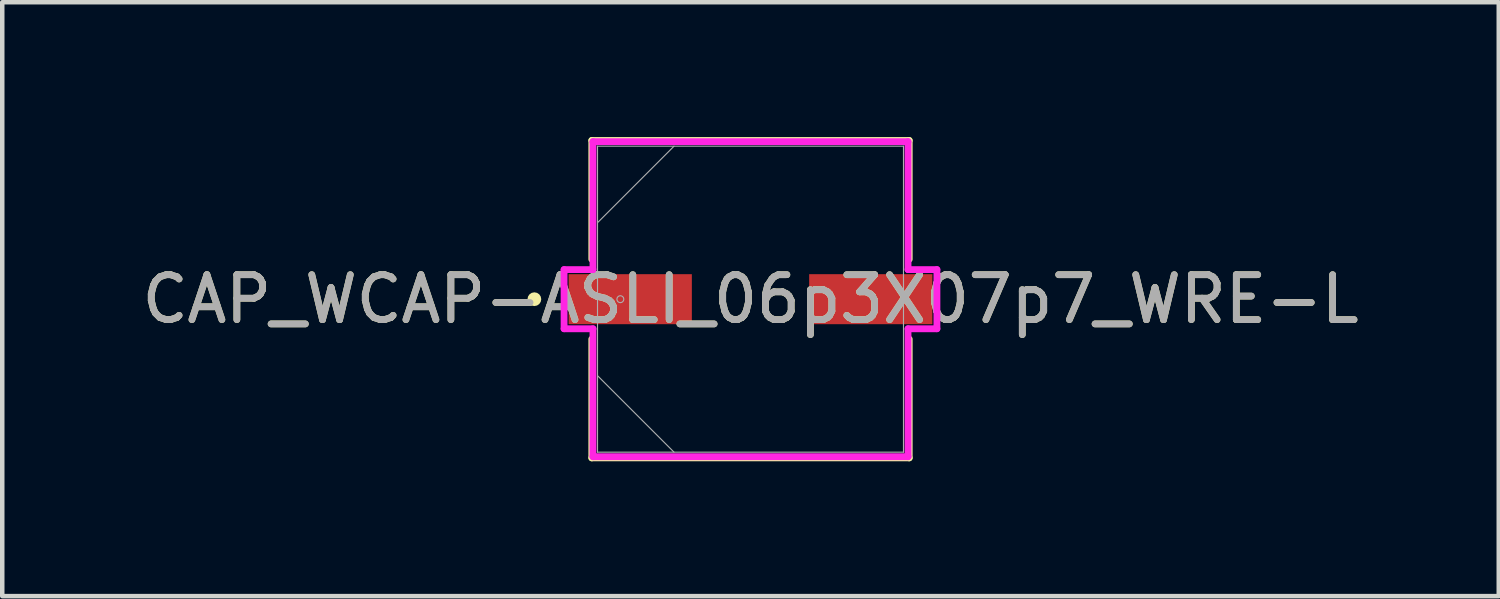
<source format=kicad_pcb>
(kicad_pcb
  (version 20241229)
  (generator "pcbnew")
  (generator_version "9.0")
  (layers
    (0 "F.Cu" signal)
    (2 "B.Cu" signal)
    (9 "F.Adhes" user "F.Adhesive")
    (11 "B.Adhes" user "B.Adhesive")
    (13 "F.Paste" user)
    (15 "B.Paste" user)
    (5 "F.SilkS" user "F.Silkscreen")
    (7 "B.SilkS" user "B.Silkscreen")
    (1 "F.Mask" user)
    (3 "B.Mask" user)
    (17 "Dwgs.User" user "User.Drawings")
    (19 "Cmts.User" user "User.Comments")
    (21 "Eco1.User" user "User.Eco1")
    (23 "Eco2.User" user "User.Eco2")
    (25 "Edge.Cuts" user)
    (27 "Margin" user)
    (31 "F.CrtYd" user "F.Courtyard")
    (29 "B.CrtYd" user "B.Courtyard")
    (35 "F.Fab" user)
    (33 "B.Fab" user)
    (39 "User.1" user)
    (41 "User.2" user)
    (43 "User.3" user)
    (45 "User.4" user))
  (footprint "CAP_WCAP-ASLI_06p3X07p7_WRE-L"
    (layer "F.Cu")
    (at 13.649 3.607)
    (property "Reference" "CAP_WCAP-ASLI_06p3X07p7_WRE-L" (at 0 0 0) (unlocked yes) (layer "F.SilkS") (effects (font (size 1 1) (thickness 0.15))))
    (attr smd)
    (fp_line (start -3.531 -3.531) (end -3.531 -0.889) (stroke (width 0.152) (type solid)) (layer "F.SilkS"))
    (fp_line (start -3.531 0.889) (end -3.531 3.531) (stroke (width 0.152) (type solid)) (layer "F.SilkS"))
    (fp_line (start -3.531 3.531) (end 3.531 3.531) (stroke (width 0.152) (type solid)) (layer "F.SilkS"))
    (fp_line (start 3.531 -3.531) (end -3.531 -3.531) (stroke (width 0.152) (type solid)) (layer "F.SilkS"))
    (fp_line (start 3.531 -0.889) (end 3.531 -3.531) (stroke (width 0.152) (type solid)) (layer "F.SilkS"))
    (fp_line (start 3.531 3.531) (end 3.531 0.889) (stroke (width 0.152) (type solid)) (layer "F.SilkS"))
    (fp_circle (center -4.809 0) (end -4.732 0) (stroke (width 0.152) (type solid)) (fill no) (layer "F.SilkS"))
    (fp_line (start -4.148 -0.658) (end -3.505 -0.658) (stroke (width 0.152) (type solid)) (layer "F.CrtYd"))
    (fp_line (start -4.148 0.658) (end -4.148 -0.658) (stroke (width 0.152) (type solid)) (layer "F.CrtYd"))
    (fp_line (start -3.505 -3.505) (end 3.505 -3.505) (stroke (width 0.152) (type solid)) (layer "F.CrtYd"))
    (fp_line (start -3.505 -0.658) (end -3.505 -3.505) (stroke (width 0.152) (type solid)) (layer "F.CrtYd"))
    (fp_line (start -3.505 0.658) (end -4.148 0.658) (stroke (width 0.152) (type solid)) (layer "F.CrtYd"))
    (fp_line (start -3.505 3.505) (end -3.505 0.658) (stroke (width 0.152) (type solid)) (layer "F.CrtYd"))
    (fp_line (start 3.505 -3.505) (end 3.505 -0.658) (stroke (width 0.152) (type solid)) (layer "F.CrtYd"))
    (fp_line (start 3.505 -0.658) (end 4.148 -0.658) (stroke (width 0.152) (type solid)) (layer "F.CrtYd"))
    (fp_line (start 3.505 0.658) (end 3.505 3.505) (stroke (width 0.152) (type solid)) (layer "F.CrtYd"))
    (fp_line (start 3.505 3.505) (end -3.505 3.505) (stroke (width 0.152) (type solid)) (layer "F.CrtYd"))
    (fp_line (start 4.148 -0.658) (end 4.148 0.658) (stroke (width 0.152) (type solid)) (layer "F.CrtYd"))
    (fp_line (start 4.148 0.658) (end 3.505 0.658) (stroke (width 0.152) (type solid)) (layer "F.CrtYd"))
    (fp_line (start -3.404 -3.404) (end -3.404 3.404) (stroke (width 0.025) (type solid)) (layer "F.Fab"))
    (fp_line (start -3.404 -1.702) (end -1.702 -3.404) (stroke (width 0.025) (type solid)) (layer "F.Fab"))
    (fp_line (start -3.404 1.702) (end -1.702 3.404) (stroke (width 0.025) (type solid)) (layer "F.Fab"))
    (fp_line (start -3.404 3.404) (end 3.404 3.404) (stroke (width 0.025) (type solid)) (layer "F.Fab"))
    (fp_line (start 3.404 -3.404) (end -3.404 -3.404) (stroke (width 0.025) (type solid)) (layer "F.Fab"))
    (fp_line (start 3.404 3.404) (end 3.404 -3.404) (stroke (width 0.025) (type solid)) (layer "F.Fab"))
    (fp_circle (center -2.896 0) (end -2.819 0) (stroke (width 0.025) (type solid)) (fill no) (layer "F.Fab"))
    (fp_text user "${REFERENCE}" (at 0 0 0) (unlocked yes) (layer "F.Fab") (effects (font (size 1 1) (thickness 0.15))))
    (pad "1" smd rect (at -2.676 0) (size 2.742 1.113) (layers "F.Cu" "F.Mask" "F.Paste"))
    (pad "2" smd rect (at 2.676 0) (size 2.742 1.113) (layers "F.Cu" "F.Mask" "F.Paste"))
    (zone (net_name "") (layer "F.Cu") (hatch full 0.508) (connect_pads) (min_thickness 0.254) (filled_areas_thickness no) (keepout (tracks not_allowed) (vias not_allowed) (pads allowed) (copperpour not_allowed) (footprints allowed)) (placement (enabled no)) (fill) (polygon (pts (xy 10.296 0.254) (xy 17.002 0.254) (xy 17.002 3) (xy 10.296 3))))
    (zone (net_name "") (layer "F.Cu") (hatch full 0.508) (connect_pads) (min_thickness 0.254) (filled_areas_thickness no) (keepout (tracks not_allowed) (vias not_allowed) (pads allowed) (copperpour not_allowed) (footprints allowed)) (placement (enabled no)) (fill) (polygon (pts (xy 10.296 4.214) (xy 17.002 4.214) (xy 17.002 6.96) (xy 10.296 6.96))))
    (zone (net_name "") (layer "F.Cu") (hatch full 0.508) (connect_pads) (min_thickness 0.254) (filled_areas_thickness no) (keepout (tracks not_allowed) (vias not_allowed) (pads allowed) (copperpour not_allowed) (footprints allowed)) (placement (enabled no)) (fill) (polygon (pts (xy 12.395 3) (xy 14.903 3) (xy 14.903 4.214) (xy 12.395 4.214)))))
  (gr_rect
    (start -3 -3)
    (end 30.298 10.214)
    (stroke (width 0.1) (type default))
    (fill no)
    (layer "Edge.Cuts")))
</source>
